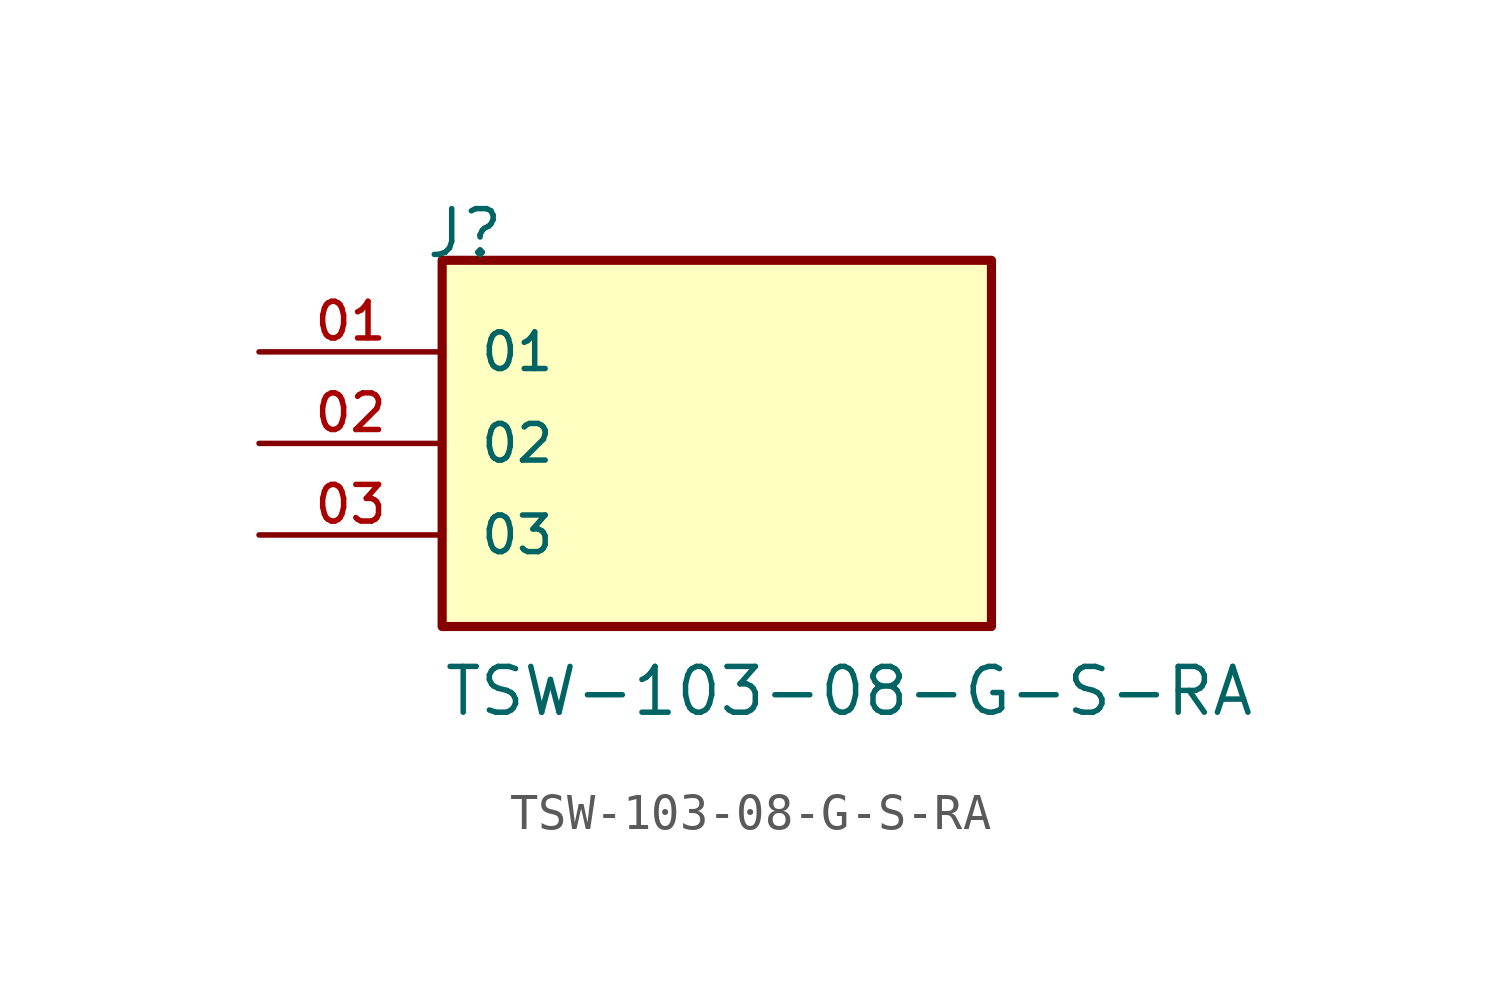
<source format=kicad_sym>
(kicad_symbol_lib
  (version 20211014)
  (generator kicad_symbol_editor)
  (symbol "TSW-103-08-G-S-RA"
    (pin_names
      (offset 1.016))
    (property "Reference" "J"
      (at -8.12 5.08 0)
      (effects (font (size 1.27 1.27)) (justify bottom left)))
    (property "Value" "TSW-103-08-G-S-RA"
      (at -7.62 -7.62 0)
      (effects (font (size 1.27 1.27)) (justify bottom left)))
    (symbol "TSW-103-08-G-S-RA_0_0"
      (rectangle (start -7.62 -5.08) (end 7.62 5.08) (stroke (width 0.254)) (fill (type background)))
      (pin passive line (at -12.7 2.54 0) (length 5.08) (name "01" (effects (font (size 1.016 1.016)))) (number "01" (effects (font (size 1.016 1.016)))))
      (pin passive line (at -12.7 0.0 0) (length 5.08) (name "02" (effects (font (size 1.016 1.016)))) (number "02" (effects (font (size 1.016 1.016)))))
      (pin passive line (at -12.7 -2.54 0) (length 5.08) (name "03" (effects (font (size 1.016 1.016)))) (number "03" (effects (font (size 1.016 1.016))))))))
</source>
